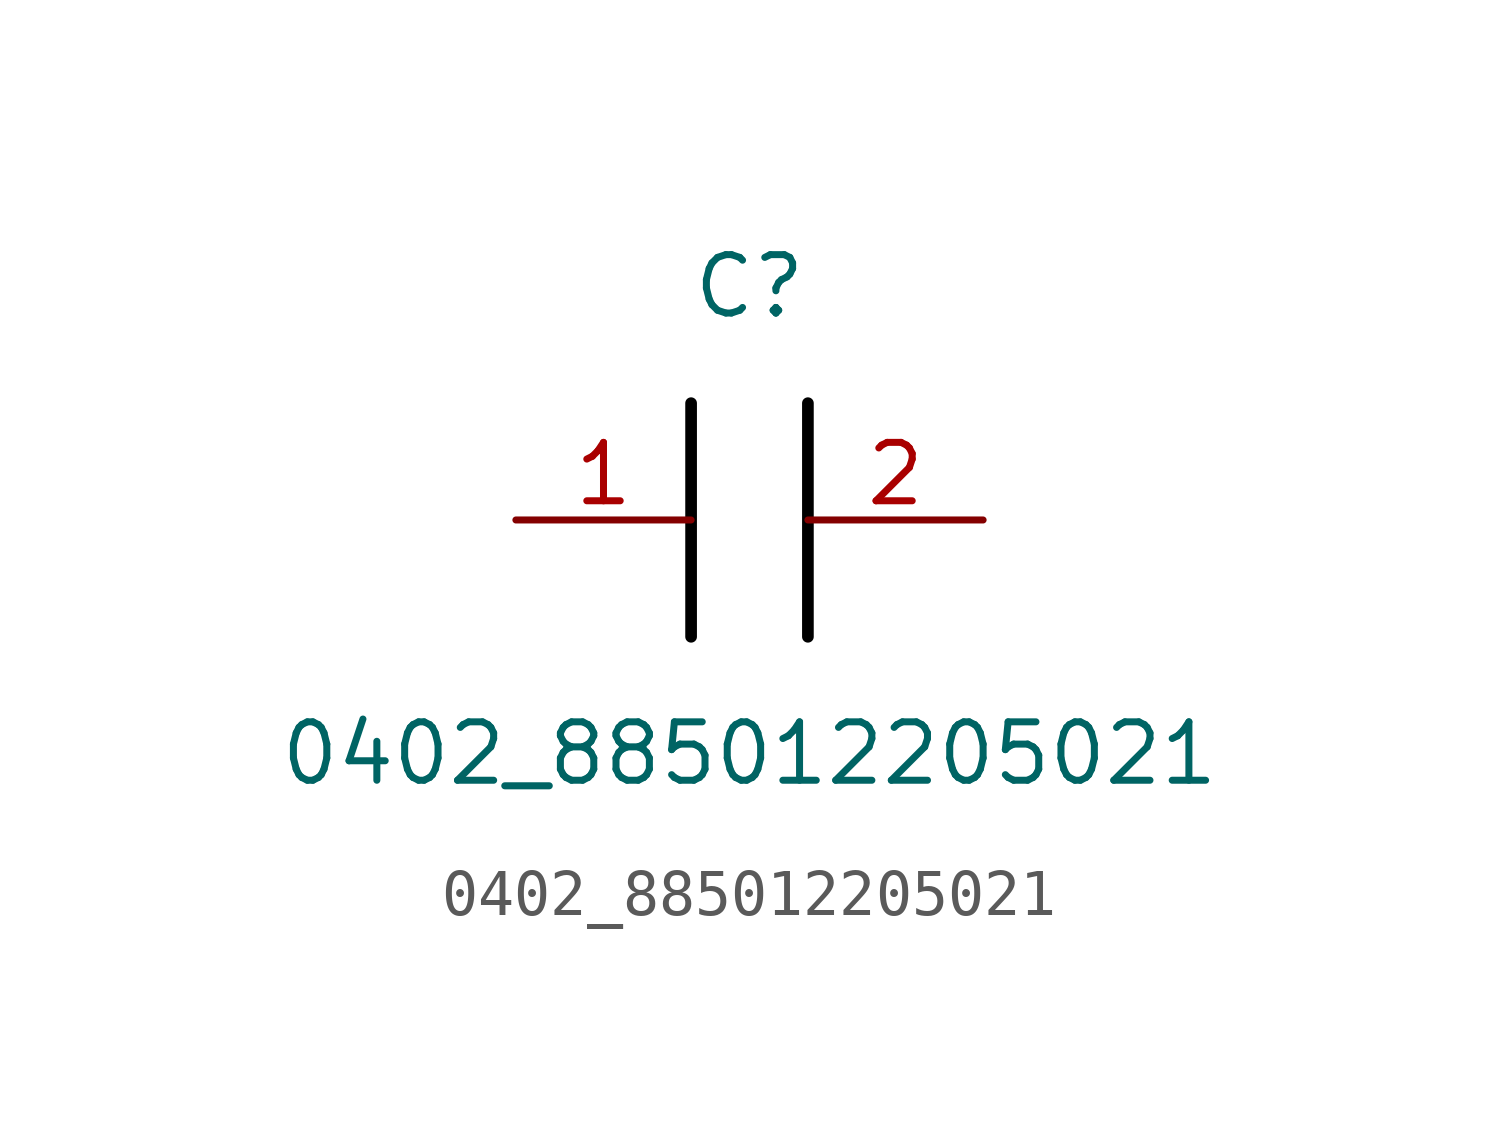
<source format=kicad_sym>
(kicad_symbol_lib
  (version 20220914)
  (generator kicad_symbol_editor)
  (symbol "0402_885012205021"
    (pin_names hide)
    (property "Reference" "C"
      (at 0 5.08 0)
      (effects (font (size 1.27 1.27))))
    (property "Value" "0402_885012205021"
      (at 0 -5.08 0)
      (effects (font (size 1.27 1.27))))
    (symbol "0402_885012205021_1_1"
      (polyline (pts (xy -1.27 2.54) (xy -1.27 -2.54)) (stroke (width 0.254) (type default) (color 0 0 0 1)) (fill (type none)))
      (polyline (pts (xy 1.27 2.54) (xy 1.27 -2.54)) (stroke (width 0.254) (type default) (color 0 0 0 1)) (fill (type none)))
      (pin passive line (at -5.08 0 0) (length 3.81) (name "1" (effects (font (size 1.27 1.27)))) (number "1" (effects (font (size 1.27 1.27)))))
      (pin passive line (at 5.08 0 180) (length 3.81) (name "2" (effects (font (size 1.27 1.27)))) (number "2" (effects (font (size 1.27 1.27))))))))
</source>
